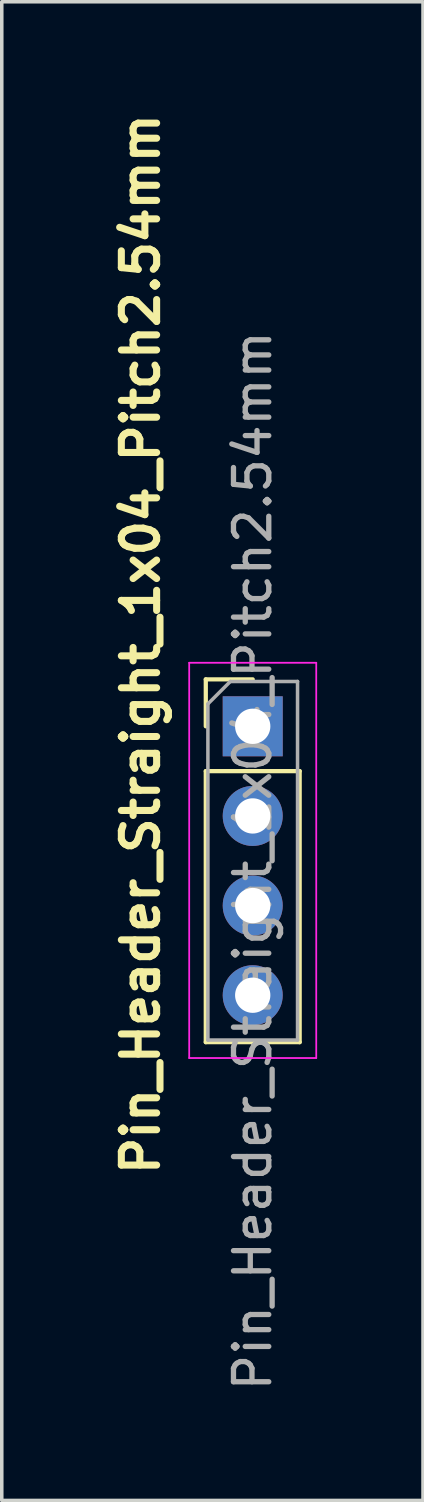
<source format=kicad_pcb>
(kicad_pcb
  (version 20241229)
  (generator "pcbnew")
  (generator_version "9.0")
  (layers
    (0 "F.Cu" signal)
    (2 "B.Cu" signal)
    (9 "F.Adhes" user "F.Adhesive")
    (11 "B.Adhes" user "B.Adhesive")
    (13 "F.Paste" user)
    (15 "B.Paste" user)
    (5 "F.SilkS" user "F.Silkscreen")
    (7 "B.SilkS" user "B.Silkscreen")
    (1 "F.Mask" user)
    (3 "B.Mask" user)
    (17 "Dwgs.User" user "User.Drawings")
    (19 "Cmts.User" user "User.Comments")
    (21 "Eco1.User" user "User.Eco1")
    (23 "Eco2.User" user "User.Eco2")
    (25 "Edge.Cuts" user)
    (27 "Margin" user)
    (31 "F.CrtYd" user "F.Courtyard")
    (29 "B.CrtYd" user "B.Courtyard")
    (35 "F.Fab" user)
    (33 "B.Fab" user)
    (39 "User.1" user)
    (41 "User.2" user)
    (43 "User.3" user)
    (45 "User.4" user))
  (footprint "Pin_Header_Straight_1x04_Pitch2.54mm"
    (layer "F.Cu")
    (at 4.111 17.53)
    (property "Reference" "Pin_Header_Straight_1x04_Pitch2.54mm" (at -3.175 -2.33 90) (layer "F.SilkS") (effects (font (size 1 1) (thickness 0.2))))
    (attr through_hole)
    (fp_line (start -1.33 -1.33) (end 0 -1.33) (stroke (width 0.12) (type solid)) (layer "F.SilkS"))
    (fp_line (start -1.33 0) (end -1.33 -1.33) (stroke (width 0.12) (type solid)) (layer "F.SilkS"))
    (fp_line (start -1.33 1.27) (end -1.33 8.95) (stroke (width 0.12) (type solid)) (layer "F.SilkS"))
    (fp_line (start -1.33 1.27) (end 1.33 1.27) (stroke (width 0.12) (type solid)) (layer "F.SilkS"))
    (fp_line (start -1.33 8.95) (end 1.33 8.95) (stroke (width 0.12) (type solid)) (layer "F.SilkS"))
    (fp_line (start 1.33 1.27) (end 1.33 8.95) (stroke (width 0.12) (type solid)) (layer "F.SilkS"))
    (fp_line (start -1.8 -1.8) (end -1.8 9.4) (stroke (width 0.05) (type solid)) (layer "F.CrtYd"))
    (fp_line (start -1.8 9.4) (end 1.8 9.4) (stroke (width 0.05) (type solid)) (layer "F.CrtYd"))
    (fp_line (start 1.8 -1.8) (end -1.8 -1.8) (stroke (width 0.05) (type solid)) (layer "F.CrtYd"))
    (fp_line (start 1.8 9.4) (end 1.8 -1.8) (stroke (width 0.05) (type solid)) (layer "F.CrtYd"))
    (fp_line (start -1.27 -0.635) (end -0.635 -1.27) (stroke (width 0.1) (type solid)) (layer "F.Fab"))
    (fp_line (start -1.27 8.89) (end -1.27 -0.635) (stroke (width 0.1) (type solid)) (layer "F.Fab"))
    (fp_line (start -0.635 -1.27) (end 1.27 -1.27) (stroke (width 0.1) (type solid)) (layer "F.Fab"))
    (fp_line (start 1.27 -1.27) (end 1.27 8.89) (stroke (width 0.1) (type solid)) (layer "F.Fab"))
    (fp_line (start 1.27 8.89) (end -1.27 8.89) (stroke (width 0.1) (type solid)) (layer "F.Fab"))
    (fp_text user "${REFERENCE}" (at 0 3.81 90) (layer "F.Fab") (effects (font (size 1 1) (thickness 0.15))))
    (pad "1" thru_hole rect (at 0 0) (size 1.7 1.7) (drill 1) (layers "*.Cu" "*.Mask"))
    (pad "2" thru_hole oval (at 0 2.54) (size 1.7 1.7) (drill 1) (layers "*.Cu" "*.Mask"))
    (pad "3" thru_hole oval (at 0 5.08) (size 1.7 1.7) (drill 1) (layers "*.Cu" "*.Mask"))
    (pad "4" thru_hole oval (at 0 7.62) (size 1.7 1.7) (drill 1) (layers "*.Cu" "*.Mask")))
  (gr_rect
    (start -3 -3)
    (end 8.936 39.465)
    (stroke (width 0.1) (type default))
    (fill no)
    (layer "Edge.Cuts")))
</source>
